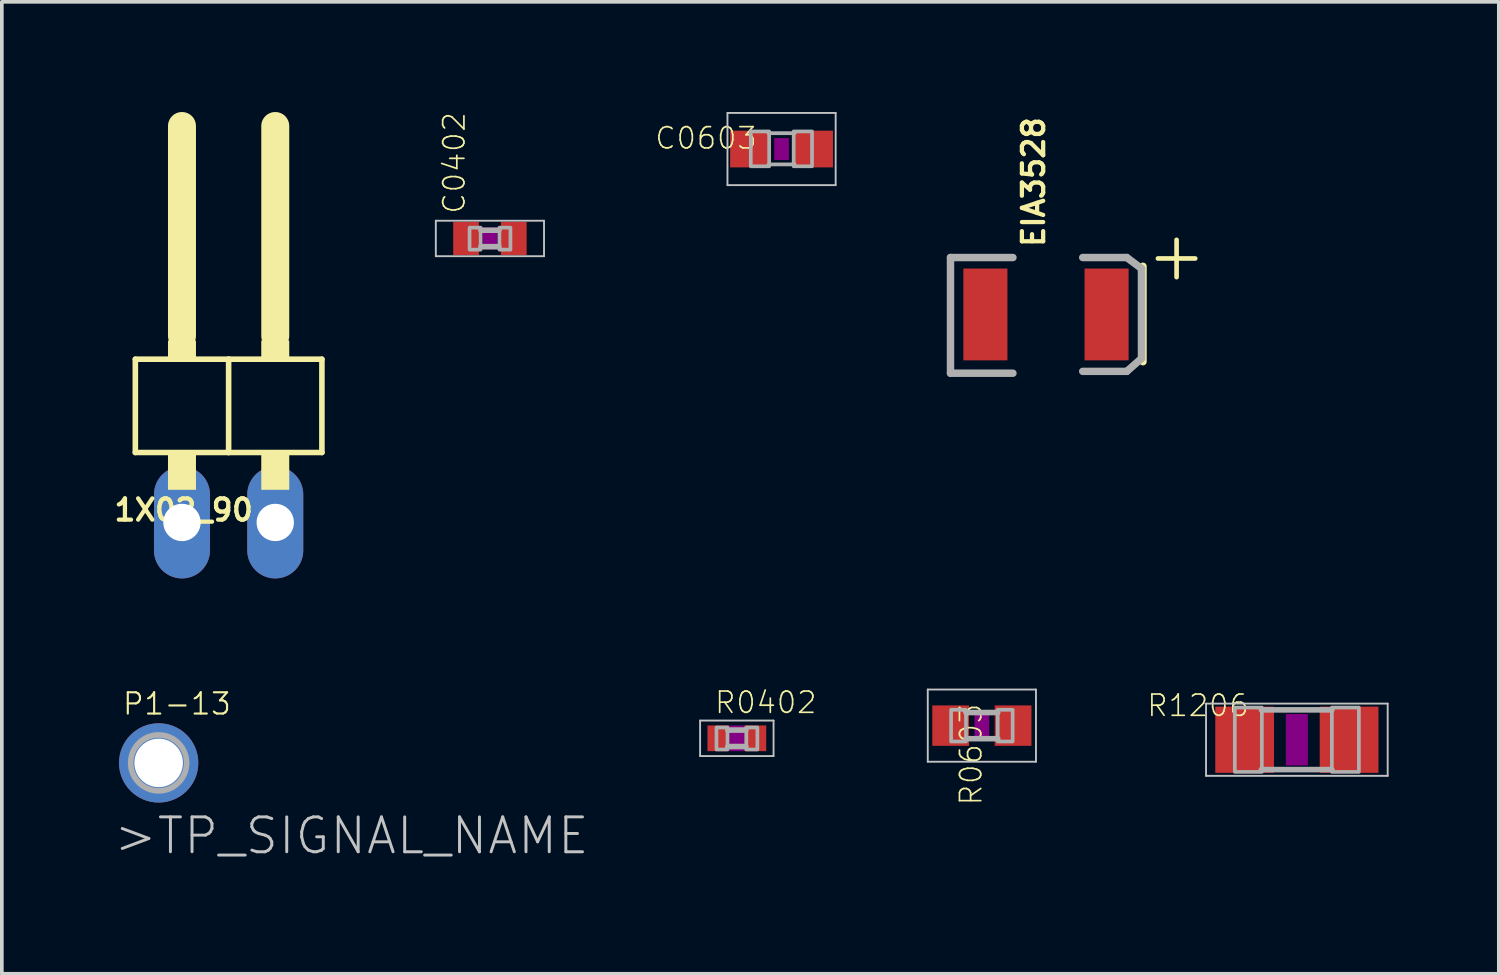
<source format=kicad_pcb>
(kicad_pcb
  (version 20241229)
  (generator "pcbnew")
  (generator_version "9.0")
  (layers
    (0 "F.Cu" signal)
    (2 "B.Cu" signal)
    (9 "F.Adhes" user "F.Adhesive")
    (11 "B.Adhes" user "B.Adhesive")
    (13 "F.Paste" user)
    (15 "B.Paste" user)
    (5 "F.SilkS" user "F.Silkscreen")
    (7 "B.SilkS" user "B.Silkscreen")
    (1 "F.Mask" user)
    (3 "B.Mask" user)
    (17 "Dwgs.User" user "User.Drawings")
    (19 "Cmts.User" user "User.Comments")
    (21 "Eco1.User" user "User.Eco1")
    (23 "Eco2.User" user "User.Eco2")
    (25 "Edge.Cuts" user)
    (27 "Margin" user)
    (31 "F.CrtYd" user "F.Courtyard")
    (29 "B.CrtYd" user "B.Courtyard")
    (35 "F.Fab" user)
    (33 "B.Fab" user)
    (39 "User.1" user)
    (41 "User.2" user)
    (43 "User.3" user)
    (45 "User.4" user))
  (footprint "R0402"
    (layer "F.Cu")
    (at 17.013 17.053)
    (property "Reference" "R0402" (at -0.635 -0.635 0) (layer "F.SilkS") (effects (font (size 0.579 0.579) (thickness 0.046)) (justify left bottom)))
    (attr through_hole)
    (fp_poly (pts (xy -0.2 0.35) (xy 0.2 0.35) (xy 0.2 -0.35) (xy -0.2 -0.35)) (stroke (width 0) (type solid)) (fill yes) (layer "F.Adhes"))
    (fp_line (start -1 -0.483) (end 1 -0.483) (stroke (width 0.051) (type solid)) (layer "Dwgs.User"))
    (fp_line (start -1 0.483) (end -1 -0.483) (stroke (width 0.051) (type solid)) (layer "Dwgs.User"))
    (fp_line (start 1 -0.483) (end 1 0.483) (stroke (width 0.051) (type solid)) (layer "Dwgs.User"))
    (fp_line (start 1 0.483) (end -1 0.483) (stroke (width 0.051) (type solid)) (layer "Dwgs.User"))
    (fp_line (start -0.245 -0.224) (end 0.245 -0.224) (stroke (width 0.152) (type solid)) (layer "F.Fab"))
    (fp_line (start 0.245 0.224) (end -0.245 0.224) (stroke (width 0.152) (type solid)) (layer "F.Fab"))
    (fp_poly (pts (xy -0.554 0.305) (xy -0.254 0.305) (xy -0.254 -0.295) (xy -0.554 -0.295)) (stroke (width 0.1) (type solid)) (fill no) (layer "F.Fab"))
    (fp_poly (pts (xy 0.259 0.305) (xy 0.559 0.305) (xy 0.559 -0.295) (xy 0.259 -0.295)) (stroke (width 0.1) (type solid)) (fill no) (layer "F.Fab"))
    (pad "1" smd rect (at -0.5 0) (size 0.6 0.7) (layers "F.Cu" "F.Mask" "F.Paste"))
    (pad "2" smd rect (at 0.5 0) (size 0.6 0.7) (layers "F.Cu" "F.Mask" "F.Paste")))
  (footprint "R0603"
    (layer "F.Cu")
    (at 23.685 16.708)
    (property "Reference" "R0603" (at -0.635 -0.635 90) (layer "F.SilkS") (effects (font (size 0.579 0.579) (thickness 0.046)) (justify right top)))
    (attr through_hole)
    (fp_poly (pts (xy -0.2 0.4) (xy 0.2 0.4) (xy 0.2 -0.4) (xy -0.2 -0.4)) (stroke (width 0) (type solid)) (fill yes) (layer "F.Adhes"))
    (fp_line (start -1.473 -0.983) (end 1.473 -0.983) (stroke (width 0.051) (type solid)) (layer "Dwgs.User"))
    (fp_line (start -1.473 0.983) (end -1.473 -0.983) (stroke (width 0.051) (type solid)) (layer "Dwgs.User"))
    (fp_line (start 1.473 -0.983) (end 1.473 0.983) (stroke (width 0.051) (type solid)) (layer "Dwgs.User"))
    (fp_line (start 1.473 0.983) (end -1.473 0.983) (stroke (width 0.051) (type solid)) (layer "Dwgs.User"))
    (fp_line (start -0.432 0.356) (end 0.432 0.356) (stroke (width 0.152) (type solid)) (layer "F.Fab"))
    (fp_line (start 0.432 -0.356) (end -0.432 -0.356) (stroke (width 0.152) (type solid)) (layer "F.Fab"))
    (fp_poly (pts (xy -0.838 0.432) (xy -0.432 0.432) (xy -0.432 -0.432) (xy -0.838 -0.432)) (stroke (width 0.1) (type solid)) (fill no) (layer "F.Fab"))
    (fp_poly (pts (xy 0.432 0.432) (xy 0.838 0.432) (xy 0.838 -0.432) (xy 0.432 -0.432)) (stroke (width 0.1) (type solid)) (fill no) (layer "F.Fab"))
    (pad "1" smd rect (at -0.85 0) (size 1 1.1) (layers "F.Cu" "F.Mask" "F.Paste"))
    (pad "2" smd rect (at 0.85 0) (size 1 1.1) (layers "F.Cu" "F.Mask" "F.Paste")))
  (footprint "1X02_90"
    (layer "F.Cu")
    (at 3.175 7.366)
    (property "Reference" "1X02_90" (at -3.175 3.81 0) (layer "F.SilkS") (effects (font (size 0.579 0.579) (thickness 0.116)) (justify left bottom)))
    (attr through_hole)
    (fp_line (start -2.54 -0.635) (end -2.54 1.905) (stroke (width 0.152) (type solid)) (layer "F.SilkS"))
    (fp_line (start -2.54 1.905) (end 0 1.905) (stroke (width 0.152) (type solid)) (layer "F.SilkS"))
    (fp_line (start -1.27 -6.985) (end -1.27 -1.27) (stroke (width 0.762) (type solid)) (layer "F.SilkS"))
    (fp_line (start 0 -0.635) (end -2.54 -0.635) (stroke (width 0.152) (type solid)) (layer "F.SilkS"))
    (fp_line (start 0 1.905) (end 0 -0.635) (stroke (width 0.152) (type solid)) (layer "F.SilkS"))
    (fp_line (start 0 1.905) (end 2.54 1.905) (stroke (width 0.152) (type solid)) (layer "F.SilkS"))
    (fp_line (start 1.27 -6.985) (end 1.27 -1.27) (stroke (width 0.762) (type solid)) (layer "F.SilkS"))
    (fp_line (start 2.54 -0.635) (end 0 -0.635) (stroke (width 0.152) (type solid)) (layer "F.SilkS"))
    (fp_line (start 2.54 1.905) (end 2.54 -0.635) (stroke (width 0.152) (type solid)) (layer "F.SilkS"))
    (fp_poly (pts (xy -1.651 -0.635) (xy -0.889 -0.635) (xy -0.889 -1.143) (xy -1.651 -1.143)) (stroke (width 0) (type solid)) (fill yes) (layer "F.SilkS"))
    (fp_poly (pts (xy -1.651 2.921) (xy -0.889 2.921) (xy -0.889 1.905) (xy -1.651 1.905)) (stroke (width 0) (type solid)) (fill yes) (layer "F.SilkS"))
    (fp_poly (pts (xy 0.889 -0.635) (xy 1.651 -0.635) (xy 1.651 -1.143) (xy 0.889 -1.143)) (stroke (width 0) (type solid)) (fill yes) (layer "F.SilkS"))
    (fp_poly (pts (xy 0.889 2.921) (xy 1.651 2.921) (xy 1.651 1.905) (xy 0.889 1.905)) (stroke (width 0) (type solid)) (fill yes) (layer "F.SilkS"))
    (pad "1" thru_hole oval (at -1.27 3.81 90) (size 3.048 1.524) (drill 1.016) (layers "*.Cu" "*.Mask"))
    (pad "2" thru_hole oval (at 1.27 3.81 90) (size 3.048 1.524) (drill 1.016) (layers "*.Cu" "*.Mask")))
  (footprint "P1-13"
    (layer "F.Cu")
    (at 1.27 17.723)
    (property "Reference" "P1-13" (at -1.016 -1.27 0) (layer "F.SilkS") (effects (font (size 0.579 0.579) (thickness 0.058)) (justify left bottom)))
    (attr through_hole)
    (fp_circle (center 0 0) (end 0.762 0) (stroke (width 0.152) (type solid)) (fill no) (layer "F.Fab"))
    (fp_poly (pts (xy -0.33 0.33) (xy 0.33 0.33) (xy 0.33 -0.33) (xy -0.33 -0.33)) (stroke (width 0.1) (type solid)) (fill no) (layer "F.Fab"))
    (fp_text user ">TP_SIGNAL_NAME" (at -1.27 2.54 0) (layer "Dwgs.User") (effects (font (size 0.95 0.95) (thickness 0.08)) (justify left bottom)))
    (pad "TP" thru_hole circle (at 0 0) (size 2.159 2.159) (drill 1.321) (layers "*.Cu" "*.Mask")))
  (footprint "EIA3528"
    (layer "F.Cu")
    (at 25.431 5.512)
    (property "Reference" "EIA3528" (at 0 -1.778 90) (layer "F.SilkS") (effects (font (size 0.579 0.579) (thickness 0.116)) (justify left bottom)))
    (attr through_hole)
    (fp_line (start 2.641 -1.311) (end 2.641 1.286) (stroke (width 0.203) (type solid)) (layer "F.SilkS"))
    (fp_line (start 3.048 -1.524) (end 4.064 -1.524) (stroke (width 0.127) (type solid)) (layer "F.SilkS"))
    (fp_line (start 3.556 -2.032) (end 3.556 -1.016) (stroke (width 0.127) (type solid)) (layer "F.SilkS"))
    (fp_line (start -2.6 -1.55) (end -0.9 -1.55) (stroke (width 0.203) (type solid)) (layer "F.Fab"))
    (fp_line (start -2.6 1.6) (end -2.6 -1.55) (stroke (width 0.203) (type solid)) (layer "F.Fab"))
    (fp_line (start -0.9 1.6) (end -2.6 1.6) (stroke (width 0.203) (type solid)) (layer "F.Fab"))
    (fp_line (start 1 1.55) (end 2.2 1.55) (stroke (width 0.203) (type solid)) (layer "F.Fab"))
    (fp_line (start 2.2 -1.55) (end 1 -1.55) (stroke (width 0.203) (type solid)) (layer "F.Fab"))
    (fp_line (start 2.2 1.55) (end 2.6 1.2) (stroke (width 0.203) (type solid)) (layer "F.Fab"))
    (fp_line (start 2.6 -1.25) (end 2.2 -1.55) (stroke (width 0.203) (type solid)) (layer "F.Fab"))
    (fp_line (start 2.6 1.2) (end 2.6 -1.25) (stroke (width 0.203) (type solid)) (layer "F.Fab"))
    (pad "A" smd rect (at 1.65 0 90) (size 2.5 1.2) (layers "F.Cu" "F.Mask" "F.Paste"))
    (pad "C" smd rect (at -1.65 0 90) (size 2.5 1.2) (layers "F.Cu" "F.Mask" "F.Paste")))
  (footprint "R1206"
    (layer "F.Cu")
    (at 32.262 17.092)
    (property "Reference" "R1206" (at -1.27 -1.27 180) (layer "F.SilkS") (effects (font (size 0.579 0.579) (thickness 0.046)) (justify right top)))
    (attr through_hole)
    (fp_poly (pts (xy -0.3 0.7) (xy 0.3 0.7) (xy 0.3 -0.7) (xy -0.3 -0.7)) (stroke (width 0) (type solid)) (fill yes) (layer "F.Adhes"))
    (fp_line (start -2.473 -0.983) (end 2.473 -0.983) (stroke (width 0.051) (type solid)) (layer "Dwgs.User"))
    (fp_line (start -2.473 0.983) (end -2.473 -0.983) (stroke (width 0.051) (type solid)) (layer "Dwgs.User"))
    (fp_line (start 2.473 -0.983) (end 2.473 0.983) (stroke (width 0.051) (type solid)) (layer "Dwgs.User"))
    (fp_line (start 2.473 0.983) (end -2.473 0.983) (stroke (width 0.051) (type solid)) (layer "Dwgs.User"))
    (fp_line (start 0.953 -0.813) (end -0.965 -0.813) (stroke (width 0.152) (type solid)) (layer "F.Fab"))
    (fp_line (start 0.953 0.813) (end -0.965 0.813) (stroke (width 0.152) (type solid)) (layer "F.Fab"))
    (fp_poly (pts (xy -1.689 0.876) (xy -0.953 0.876) (xy -0.953 -0.876) (xy -1.689 -0.876)) (stroke (width 0.1) (type solid)) (fill no) (layer "F.Fab"))
    (fp_poly (pts (xy 0.953 0.876) (xy 1.689 0.876) (xy 1.689 -0.876) (xy 0.953 -0.876)) (stroke (width 0.1) (type solid)) (fill no) (layer "F.Fab"))
    (pad "1" smd rect (at -1.422 0) (size 1.6 1.803) (layers "F.Cu" "F.Mask" "F.Paste"))
    (pad "2" smd rect (at 1.422 0) (size 1.6 1.803) (layers "F.Cu" "F.Mask" "F.Paste")))
  (footprint "C0603"
    (layer "F.Cu")
    (at 18.231 1.008)
    (property "Reference" "C0603" (at -0.635 -0.635 0) (layer "F.SilkS") (effects (font (size 0.579 0.579) (thickness 0.046)) (justify right top)))
    (attr through_hole)
    (fp_poly (pts (xy -0.2 0.3) (xy 0.2 0.3) (xy 0.2 -0.3) (xy -0.2 -0.3)) (stroke (width 0) (type solid)) (fill yes) (layer "F.Adhes"))
    (fp_line (start -1.473 -0.983) (end 1.473 -0.983) (stroke (width 0.051) (type solid)) (layer "Dwgs.User"))
    (fp_line (start -1.473 0.983) (end -1.473 -0.983) (stroke (width 0.051) (type solid)) (layer "Dwgs.User"))
    (fp_line (start 1.473 -0.983) (end 1.473 0.983) (stroke (width 0.051) (type solid)) (layer "Dwgs.User"))
    (fp_line (start 1.473 0.983) (end -1.473 0.983) (stroke (width 0.051) (type solid)) (layer "Dwgs.User"))
    (fp_line (start -0.356 -0.432) (end 0.356 -0.432) (stroke (width 0.102) (type solid)) (layer "F.Fab"))
    (fp_line (start -0.356 0.419) (end 0.356 0.419) (stroke (width 0.102) (type solid)) (layer "F.Fab"))
    (fp_poly (pts (xy -0.838 0.47) (xy -0.338 0.47) (xy -0.338 -0.48) (xy -0.838 -0.48)) (stroke (width 0.1) (type solid)) (fill no) (layer "F.Fab"))
    (fp_poly (pts (xy 0.33 0.47) (xy 0.83 0.47) (xy 0.83 -0.48) (xy 0.33 -0.48)) (stroke (width 0.1) (type solid)) (fill no) (layer "F.Fab"))
    (pad "1" smd rect (at -0.85 0) (size 1.1 1) (layers "F.Cu" "F.Mask" "F.Paste"))
    (pad "2" smd rect (at 0.85 0) (size 1.1 1) (layers "F.Cu" "F.Mask" "F.Paste")))
  (footprint "C0402"
    (layer "F.Cu")
    (at 10.29 3.443)
    (property "Reference" "C0402" (at -0.635 -0.635 90) (layer "F.SilkS") (effects (font (size 0.579 0.579) (thickness 0.046)) (justify left bottom)))
    (attr through_hole)
    (fp_poly (pts (xy -0.2 0.3) (xy 0.2 0.3) (xy 0.2 -0.3) (xy -0.2 -0.3)) (stroke (width 0) (type solid)) (fill yes) (layer "F.Adhes"))
    (fp_line (start -1.473 -0.483) (end 1.473 -0.483) (stroke (width 0.051) (type solid)) (layer "Dwgs.User"))
    (fp_line (start -1.473 0.483) (end -1.473 -0.483) (stroke (width 0.051) (type solid)) (layer "Dwgs.User"))
    (fp_line (start 1.473 -0.483) (end 1.473 0.483) (stroke (width 0.051) (type solid)) (layer "Dwgs.User"))
    (fp_line (start 1.473 0.483) (end -1.473 0.483) (stroke (width 0.051) (type solid)) (layer "Dwgs.User"))
    (fp_line (start -0.245 -0.224) (end 0.245 -0.224) (stroke (width 0.152) (type solid)) (layer "F.Fab"))
    (fp_line (start 0.245 0.224) (end -0.245 0.224) (stroke (width 0.152) (type solid)) (layer "F.Fab"))
    (fp_poly (pts (xy -0.554 0.305) (xy -0.254 0.305) (xy -0.254 -0.295) (xy -0.554 -0.295)) (stroke (width 0.1) (type solid)) (fill no) (layer "F.Fab"))
    (fp_poly (pts (xy 0.259 0.305) (xy 0.559 0.305) (xy 0.559 -0.295) (xy 0.259 -0.295)) (stroke (width 0.1) (type solid)) (fill no) (layer "F.Fab"))
    (pad "1" smd rect (at -0.65 0) (size 0.7 0.9) (layers "F.Cu" "F.Mask" "F.Paste"))
    (pad "2" smd rect (at 0.65 0) (size 0.7 0.9) (layers "F.Cu" "F.Mask" "F.Paste")))
  (gr_rect
    (start -3 -3)
    (end 37.761 23.465)
    (stroke (width 0.1) (type default))
    (fill no)
    (layer "Edge.Cuts")))
</source>
